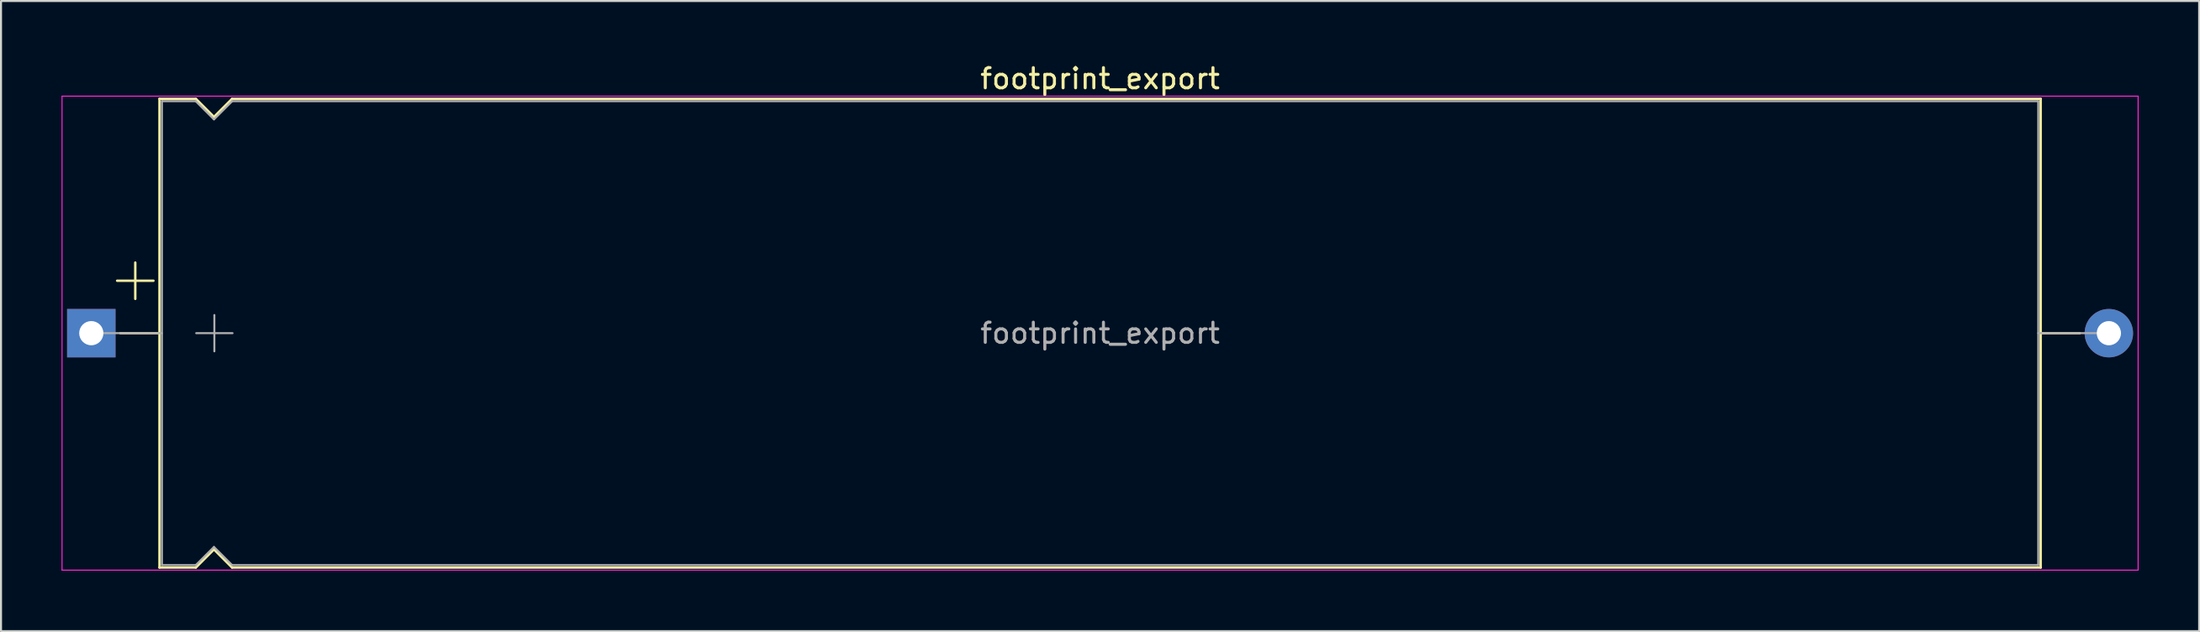
<source format=kicad_pcb>
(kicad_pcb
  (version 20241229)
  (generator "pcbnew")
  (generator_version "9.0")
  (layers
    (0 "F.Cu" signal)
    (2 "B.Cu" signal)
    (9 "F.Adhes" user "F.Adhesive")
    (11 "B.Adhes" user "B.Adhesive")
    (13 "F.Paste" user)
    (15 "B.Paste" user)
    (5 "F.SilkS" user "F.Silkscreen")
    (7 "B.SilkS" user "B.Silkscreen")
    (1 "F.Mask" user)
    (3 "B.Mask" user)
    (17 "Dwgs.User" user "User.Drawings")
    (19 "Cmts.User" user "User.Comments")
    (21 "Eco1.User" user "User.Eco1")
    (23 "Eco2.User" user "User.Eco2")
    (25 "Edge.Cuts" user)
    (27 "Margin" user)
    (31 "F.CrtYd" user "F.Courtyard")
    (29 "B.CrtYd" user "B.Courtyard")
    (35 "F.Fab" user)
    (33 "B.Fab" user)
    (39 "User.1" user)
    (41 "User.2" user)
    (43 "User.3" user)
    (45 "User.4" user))
  (footprint "footprint_export"
    (layer "F.Cu")
    (at 1.475 13.468)
    (property "Reference" "footprint_export" (at 50 -12.62 0) (layer "F.SilkS") (effects (font (size 1 1) (thickness 0.15))))
    (attr through_hole)
    (fp_line (start 1.28 -2.6) (end 3.08 -2.6) (stroke (width 0.12) (type solid)) (layer "F.SilkS"))
    (fp_line (start 1.44 0) (end 3.38 0) (stroke (width 0.12) (type solid)) (layer "F.SilkS"))
    (fp_line (start 2.18 -3.5) (end 2.18 -1.7) (stroke (width 0.12) (type solid)) (layer "F.SilkS"))
    (fp_line (start 3.38 -11.62) (end 3.38 11.62) (stroke (width 0.12) (type solid)) (layer "F.SilkS"))
    (fp_line (start 3.38 -11.62) (end 5.18 -11.62) (stroke (width 0.12) (type solid)) (layer "F.SilkS"))
    (fp_line (start 3.38 11.62) (end 5.18 11.62) (stroke (width 0.12) (type solid)) (layer "F.SilkS"))
    (fp_line (start 5.18 -11.62) (end 6.08 -10.72) (stroke (width 0.12) (type solid)) (layer "F.SilkS"))
    (fp_line (start 5.18 11.62) (end 6.08 10.72) (stroke (width 0.12) (type solid)) (layer "F.SilkS"))
    (fp_line (start 6.08 -10.72) (end 6.98 -11.62) (stroke (width 0.12) (type solid)) (layer "F.SilkS"))
    (fp_line (start 6.08 10.72) (end 6.98 11.62) (stroke (width 0.12) (type solid)) (layer "F.SilkS"))
    (fp_line (start 6.98 -11.62) (end 96.62 -11.62) (stroke (width 0.12) (type solid)) (layer "F.SilkS"))
    (fp_line (start 6.98 11.62) (end 96.62 11.62) (stroke (width 0.12) (type solid)) (layer "F.SilkS"))
    (fp_line (start 96.62 -11.62) (end 96.62 11.62) (stroke (width 0.12) (type solid)) (layer "F.SilkS"))
    (fp_line (start 98.56 0) (end 96.62 0) (stroke (width 0.12) (type solid)) (layer "F.SilkS"))
    (fp_line (start -1.45 -11.75) (end -1.45 11.75) (stroke (width 0.05) (type solid)) (layer "F.CrtYd"))
    (fp_line (start -1.45 11.75) (end 101.45 11.75) (stroke (width 0.05) (type solid)) (layer "F.CrtYd"))
    (fp_line (start 101.45 -11.75) (end -1.45 -11.75) (stroke (width 0.05) (type solid)) (layer "F.CrtYd"))
    (fp_line (start 101.45 11.75) (end 101.45 -11.75) (stroke (width 0.05) (type solid)) (layer "F.CrtYd"))
    (fp_line (start 0 0) (end 3.5 0) (stroke (width 0.1) (type solid)) (layer "F.Fab"))
    (fp_line (start 3.5 -11.5) (end 3.5 11.5) (stroke (width 0.1) (type solid)) (layer "F.Fab"))
    (fp_line (start 3.5 -11.5) (end 5.18 -11.5) (stroke (width 0.1) (type solid)) (layer "F.Fab"))
    (fp_line (start 3.5 11.5) (end 5.18 11.5) (stroke (width 0.1) (type solid)) (layer "F.Fab"))
    (fp_line (start 5.18 -11.5) (end 6.08 -10.6) (stroke (width 0.1) (type solid)) (layer "F.Fab"))
    (fp_line (start 5.18 11.5) (end 6.08 10.6) (stroke (width 0.1) (type solid)) (layer "F.Fab"))
    (fp_line (start 5.2 0) (end 7 0) (stroke (width 0.1) (type solid)) (layer "F.Fab"))
    (fp_line (start 6.08 -10.6) (end 6.98 -11.5) (stroke (width 0.1) (type solid)) (layer "F.Fab"))
    (fp_line (start 6.08 10.6) (end 6.98 11.5) (stroke (width 0.1) (type solid)) (layer "F.Fab"))
    (fp_line (start 6.1 -0.9) (end 6.1 0.9) (stroke (width 0.1) (type solid)) (layer "F.Fab"))
    (fp_line (start 6.98 -11.5) (end 96.5 -11.5) (stroke (width 0.1) (type solid)) (layer "F.Fab"))
    (fp_line (start 6.98 11.5) (end 96.5 11.5) (stroke (width 0.1) (type solid)) (layer "F.Fab"))
    (fp_line (start 96.5 -11.5) (end 96.5 11.5) (stroke (width 0.1) (type solid)) (layer "F.Fab"))
    (fp_line (start 100 0) (end 96.5 0) (stroke (width 0.1) (type solid)) (layer "F.Fab"))
    (fp_text user "${REFERENCE}" (at 50 0 0) (layer "F.Fab") (effects (font (size 1 1) (thickness 0.15))))
    (pad "1" thru_hole rect (at 0 0) (size 2.4 2.4) (drill 1.2) (layers "*.Cu" "*.Mask"))
    (pad "2" thru_hole oval (at 100 0) (size 2.4 2.4) (drill 1.2) (layers "*.Cu" "*.Mask")))
  (gr_rect
    (start -3 -3)
    (end 105.95 28.243)
    (stroke (width 0.1) (type default))
    (fill no)
    (layer "Edge.Cuts")))
</source>
